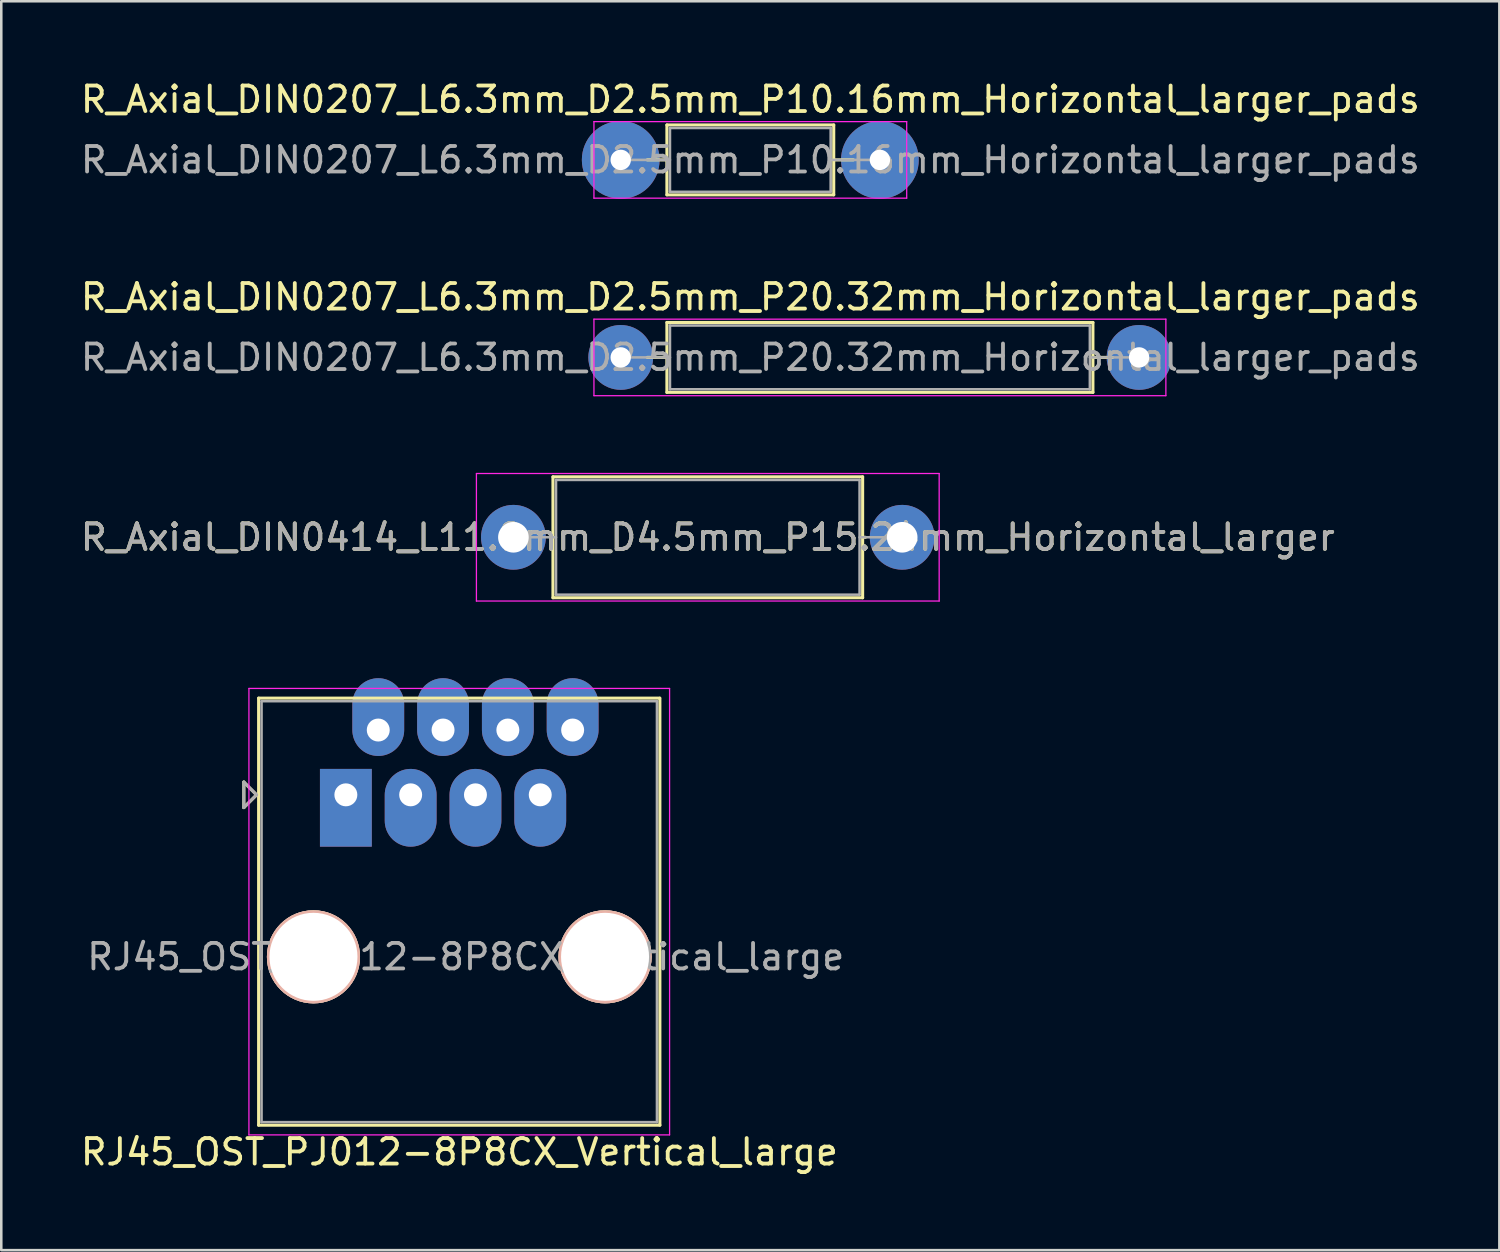
<source format=kicad_pcb>
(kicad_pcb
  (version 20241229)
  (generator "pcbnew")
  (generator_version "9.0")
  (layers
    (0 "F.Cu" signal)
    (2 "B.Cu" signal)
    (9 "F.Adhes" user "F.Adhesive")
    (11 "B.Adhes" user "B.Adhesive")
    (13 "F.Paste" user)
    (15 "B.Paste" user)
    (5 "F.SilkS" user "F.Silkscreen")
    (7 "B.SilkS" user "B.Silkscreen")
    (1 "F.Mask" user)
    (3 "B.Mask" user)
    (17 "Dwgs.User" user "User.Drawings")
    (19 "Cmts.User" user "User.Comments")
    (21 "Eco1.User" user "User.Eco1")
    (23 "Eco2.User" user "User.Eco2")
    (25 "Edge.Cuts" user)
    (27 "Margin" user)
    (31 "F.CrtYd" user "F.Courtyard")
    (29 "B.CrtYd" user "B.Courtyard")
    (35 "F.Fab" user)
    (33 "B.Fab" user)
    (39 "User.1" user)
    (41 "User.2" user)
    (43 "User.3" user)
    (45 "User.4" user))
  (footprint "R_Axial_DIN0207_L6.3mm_D2.5mm_P20.32mm_Horizontal_larger_pads"
    (layer "F.Cu")
    (at 21.283 10.961)
    (property "Reference" "R_Axial_DIN0207_L6.3mm_D2.5mm_P20.32mm_Horizontal_larger_pads" (at 5.08 -2.37 0) (layer "F.SilkS") (effects (font (size 1 1) (thickness 0.15))))
    (attr through_hole)
    (fp_line (start 1.04 0) (end 1.81 0) (stroke (width 0.12) (type solid)) (layer "F.SilkS"))
    (fp_line (start 1.81 -1.37) (end 1.81 1.37) (stroke (width 0.12) (type solid)) (layer "F.SilkS"))
    (fp_line (start 1.81 1.37) (end 18.51 1.37) (stroke (width 0.12) (type solid)) (layer "F.SilkS"))
    (fp_line (start 18.51 -1.37) (end 1.81 -1.37) (stroke (width 0.12) (type solid)) (layer "F.SilkS"))
    (fp_line (start 18.51 1.37) (end 18.51 -1.37) (stroke (width 0.12) (type solid)) (layer "F.SilkS"))
    (fp_line (start 19.28 0) (end 18.51 0) (stroke (width 0.12) (type solid)) (layer "F.SilkS"))
    (fp_line (start -1.05 -1.5) (end -1.05 1.5) (stroke (width 0.05) (type solid)) (layer "F.CrtYd"))
    (fp_line (start -1.05 1.5) (end 21.37 1.5) (stroke (width 0.05) (type solid)) (layer "F.CrtYd"))
    (fp_line (start 21.37 -1.5) (end -1.05 -1.5) (stroke (width 0.05) (type solid)) (layer "F.CrtYd"))
    (fp_line (start 21.37 1.5) (end 21.37 -1.5) (stroke (width 0.05) (type solid)) (layer "F.CrtYd"))
    (fp_line (start 0 0) (end 1.93 0) (stroke (width 0.1) (type solid)) (layer "F.Fab"))
    (fp_line (start 1.93 -1.25) (end 1.93 1.25) (stroke (width 0.1) (type solid)) (layer "F.Fab"))
    (fp_line (start 1.93 1.25) (end 18.39 1.25) (stroke (width 0.1) (type solid)) (layer "F.Fab"))
    (fp_line (start 18.39 -1.25) (end 1.93 -1.25) (stroke (width 0.1) (type solid)) (layer "F.Fab"))
    (fp_line (start 18.39 1.25) (end 18.39 -1.25) (stroke (width 0.1) (type solid)) (layer "F.Fab"))
    (fp_line (start 20.32 0) (end 18.39 0) (stroke (width 0.1) (type solid)) (layer "F.Fab"))
    (fp_text user "${REFERENCE}" (at 5.08 0 0) (layer "F.Fab") (effects (font (size 1 1) (thickness 0.15))))
    (pad "1" thru_hole circle (at 0 0) (size 2.54 2.54) (drill 0.8) (layers "*.Cu" "*.Mask"))
    (pad "2" thru_hole circle (at 20.32 0) (size 2.54 2.54) (drill 0.8) (layers "*.Cu" "*.Mask")))
  (footprint "RJ45_OST_PJ012-8P8CX_Vertical_large"
    (layer "F.Cu")
    (at 10.508 28.108)
    (property "Reference" "RJ45_OST_PJ012-8P8CX_Vertical_large" (at 4.45 14 0) (layer "F.SilkS") (effects (font (size 1 1) (thickness 0.15))))
    (attr through_hole)
    (fp_line (start -4 -0.5) (end -4 0.5) (stroke (width 0.12) (type solid)) (layer "F.SilkS"))
    (fp_line (start -4 0.5) (end -3.5 0) (stroke (width 0.12) (type solid)) (layer "F.SilkS"))
    (fp_line (start -3.5 0) (end -4 -0.5) (stroke (width 0.12) (type solid)) (layer "F.SilkS"))
    (fp_line (start -3.42 -3.79) (end -3.42 12.95) (stroke (width 0.12) (type solid)) (layer "F.SilkS"))
    (fp_line (start 12.3 -3.79) (end -3.42 -3.79) (stroke (width 0.12) (type solid)) (layer "F.SilkS"))
    (fp_line (start 12.31 -3.79) (end 12.31 12.95) (stroke (width 0.12) (type solid)) (layer "F.SilkS"))
    (fp_line (start 12.31 12.95) (end -3.42 12.95) (stroke (width 0.12) (type solid)) (layer "F.SilkS"))
    (fp_line (start -3.8 -4.17) (end -3.8 13.33) (stroke (width 0.05) (type solid)) (layer "F.CrtYd"))
    (fp_line (start -3.8 -4.17) (end 12.69 -4.17) (stroke (width 0.05) (type solid)) (layer "F.CrtYd"))
    (fp_line (start -3.8 13.33) (end 12.69 13.33) (stroke (width 0.05) (type solid)) (layer "F.CrtYd"))
    (fp_line (start 12.69 -4.17) (end 12.69 13.33) (stroke (width 0.05) (type solid)) (layer "F.CrtYd"))
    (fp_line (start -4 -0.5) (end -4 0.5) (stroke (width 0.12) (type solid)) (layer "F.Fab"))
    (fp_line (start -4 0.5) (end -3.5 0) (stroke (width 0.12) (type solid)) (layer "F.Fab"))
    (fp_line (start -3.5 0) (end -4 -0.5) (stroke (width 0.12) (type solid)) (layer "F.Fab"))
    (fp_line (start -3.305 -3.67) (end -3.305 12.83) (stroke (width 0.1) (type solid)) (layer "F.Fab"))
    (fp_line (start 12.195 -3.67) (end -3.305 -3.67) (stroke (width 0.1) (type solid)) (layer "F.Fab"))
    (fp_line (start 12.195 -3.67) (end 12.195 12.83) (stroke (width 0.1) (type solid)) (layer "F.Fab"))
    (fp_line (start 12.195 12.83) (end -3.305 12.83) (stroke (width 0.1) (type solid)) (layer "F.Fab"))
    (fp_text user "${REFERENCE}" (at 4.7 6.35 0) (layer "F.Fab") (effects (font (size 1 1) (thickness 0.15))))
    (pad "" np_thru_hole circle (at -1.27 6.35) (size 3.65 3.65) (drill 3.45) (layers "*.Cu" "*.SilkS" "*.Mask"))
    (pad "" np_thru_hole circle (at 10.16 6.35) (size 3.65 3.65) (drill 3.45) (layers "*.Cu" "*.SilkS" "*.Mask"))
    (pad "1" thru_hole rect (at 0 0) (size 2.032 3.048) (drill 0.9 (offset 0 0.508)) (layers "*.Cu" "*.Mask"))
    (pad "2" thru_hole oval (at 1.27 -2.54) (size 2.032 3.048) (drill 0.9 (offset 0 -0.508)) (layers "*.Cu" "*.Mask"))
    (pad "3" thru_hole oval (at 2.54 0) (size 2.032 3.048) (drill 0.9 (offset 0 0.508)) (layers "*.Cu" "*.Mask"))
    (pad "4" thru_hole oval (at 3.81 -2.54) (size 2.032 3.048) (drill 0.9 (offset 0 -0.508)) (layers "*.Cu" "*.Mask"))
    (pad "5" thru_hole oval (at 5.08 0) (size 2.032 3.048) (drill 0.9 (offset 0 0.508)) (layers "*.Cu" "*.Mask"))
    (pad "6" thru_hole oval (at 6.35 -2.54) (size 2.032 3.048) (drill 0.9 (offset 0 -0.508)) (layers "*.Cu" "*.Mask"))
    (pad "7" thru_hole oval (at 7.62 0) (size 2.032 3.048) (drill 0.9 (offset 0 0.508)) (layers "*.Cu" "*.Mask"))
    (pad "8" thru_hole oval (at 8.89 -2.54) (size 2.032 3.048) (drill 0.9 (offset 0 -0.508)) (layers "*.Cu" "*.Mask")))
  (footprint "R_Axial_DIN0414_L11.9mm_D4.5mm_P15.24mm_Horizontal_larger"
    (layer "F.Cu")
    (at 17.076 18.012)
    (property "Reference" "R_Axial_DIN0414_L11.9mm_D4.5mm_P15.24mm_Horizontal_larger" (at 7.62 0 0) (layer "F.SilkS") (effects (font (size 1 1) (thickness 0.15))))
    (attr through_hole)
    (fp_line (start 1.44 0) (end 1.55 0) (stroke (width 0.12) (type solid)) (layer "F.SilkS"))
    (fp_line (start 1.55 -2.37) (end 1.55 2.37) (stroke (width 0.12) (type solid)) (layer "F.SilkS"))
    (fp_line (start 1.55 2.37) (end 13.69 2.37) (stroke (width 0.12) (type solid)) (layer "F.SilkS"))
    (fp_line (start 13.69 -2.37) (end 1.55 -2.37) (stroke (width 0.12) (type solid)) (layer "F.SilkS"))
    (fp_line (start 13.69 2.37) (end 13.69 -2.37) (stroke (width 0.12) (type solid)) (layer "F.SilkS"))
    (fp_line (start 13.8 0) (end 13.69 0) (stroke (width 0.12) (type solid)) (layer "F.SilkS"))
    (fp_line (start -1.45 -2.5) (end -1.45 2.5) (stroke (width 0.05) (type solid)) (layer "F.CrtYd"))
    (fp_line (start -1.45 2.5) (end 16.69 2.5) (stroke (width 0.05) (type solid)) (layer "F.CrtYd"))
    (fp_line (start 16.69 -2.5) (end -1.45 -2.5) (stroke (width 0.05) (type solid)) (layer "F.CrtYd"))
    (fp_line (start 16.69 2.5) (end 16.69 -2.5) (stroke (width 0.05) (type solid)) (layer "F.CrtYd"))
    (fp_line (start 0 0) (end 1.67 0) (stroke (width 0.1) (type solid)) (layer "F.Fab"))
    (fp_line (start 1.67 -2.25) (end 1.67 2.25) (stroke (width 0.1) (type solid)) (layer "F.Fab"))
    (fp_line (start 1.67 2.25) (end 13.57 2.25) (stroke (width 0.1) (type solid)) (layer "F.Fab"))
    (fp_line (start 13.57 -2.25) (end 1.67 -2.25) (stroke (width 0.1) (type solid)) (layer "F.Fab"))
    (fp_line (start 13.57 2.25) (end 13.57 -2.25) (stroke (width 0.1) (type solid)) (layer "F.Fab"))
    (fp_line (start 15.24 0) (end 13.57 0) (stroke (width 0.1) (type solid)) (layer "F.Fab"))
    (fp_text user "${REFERENCE}" (at 7.62 0 0) (layer "F.Fab") (effects (font (size 1 1) (thickness 0.15))))
    (pad "1" thru_hole oval (at 0 0) (size 2.54 2.54) (drill 1.2) (layers "*.Cu" "*.Mask"))
    (pad "2" thru_hole oval (at 15.24 0) (size 2.54 2.54) (drill 1.2) (layers "*.Cu" "*.Mask")))
  (footprint "R_Axial_DIN0207_L6.3mm_D2.5mm_P10.16mm_Horizontal_larger_pads"
    (layer "F.Cu")
    (at 21.283 3.218)
    (property "Reference" "R_Axial_DIN0207_L6.3mm_D2.5mm_P10.16mm_Horizontal_larger_pads" (at 5.08 -2.37 0) (layer "F.SilkS") (effects (font (size 1 1) (thickness 0.15))))
    (attr through_hole)
    (fp_line (start 1.04 0) (end 1.81 0) (stroke (width 0.12) (type solid)) (layer "F.SilkS"))
    (fp_line (start 1.81 -1.37) (end 1.81 1.37) (stroke (width 0.12) (type solid)) (layer "F.SilkS"))
    (fp_line (start 1.81 1.37) (end 8.35 1.37) (stroke (width 0.12) (type solid)) (layer "F.SilkS"))
    (fp_line (start 8.35 -1.37) (end 1.81 -1.37) (stroke (width 0.12) (type solid)) (layer "F.SilkS"))
    (fp_line (start 8.35 1.37) (end 8.35 -1.37) (stroke (width 0.12) (type solid)) (layer "F.SilkS"))
    (fp_line (start 9.12 0) (end 8.35 0) (stroke (width 0.12) (type solid)) (layer "F.SilkS"))
    (fp_line (start -1.05 -1.5) (end -1.05 1.5) (stroke (width 0.05) (type solid)) (layer "F.CrtYd"))
    (fp_line (start -1.05 1.5) (end 11.21 1.5) (stroke (width 0.05) (type solid)) (layer "F.CrtYd"))
    (fp_line (start 11.21 -1.5) (end -1.05 -1.5) (stroke (width 0.05) (type solid)) (layer "F.CrtYd"))
    (fp_line (start 11.21 1.5) (end 11.21 -1.5) (stroke (width 0.05) (type solid)) (layer "F.CrtYd"))
    (fp_line (start 0 0) (end 1.93 0) (stroke (width 0.1) (type solid)) (layer "F.Fab"))
    (fp_line (start 1.93 -1.25) (end 1.93 1.25) (stroke (width 0.1) (type solid)) (layer "F.Fab"))
    (fp_line (start 1.93 1.25) (end 8.23 1.25) (stroke (width 0.1) (type solid)) (layer "F.Fab"))
    (fp_line (start 8.23 -1.25) (end 1.93 -1.25) (stroke (width 0.1) (type solid)) (layer "F.Fab"))
    (fp_line (start 8.23 1.25) (end 8.23 -1.25) (stroke (width 0.1) (type solid)) (layer "F.Fab"))
    (fp_line (start 10.16 0) (end 8.23 0) (stroke (width 0.1) (type solid)) (layer "F.Fab"))
    (fp_text user "${REFERENCE}" (at 5.08 0 0) (layer "F.Fab") (effects (font (size 1 1) (thickness 0.15))))
    (pad "1" thru_hole circle (at 0 0) (size 3.048 3.048) (drill 0.8) (layers "*.Cu" "*.Mask"))
    (pad "2" thru_hole circle (at 10.16 0) (size 3.048 3.048) (drill 0.8) (layers "*.Cu" "*.Mask")))
  (gr_rect
    (start -3 -3)
    (end 55.726 45.957)
    (stroke (width 0.1) (type default))
    (fill no)
    (layer "Edge.Cuts")))
</source>
